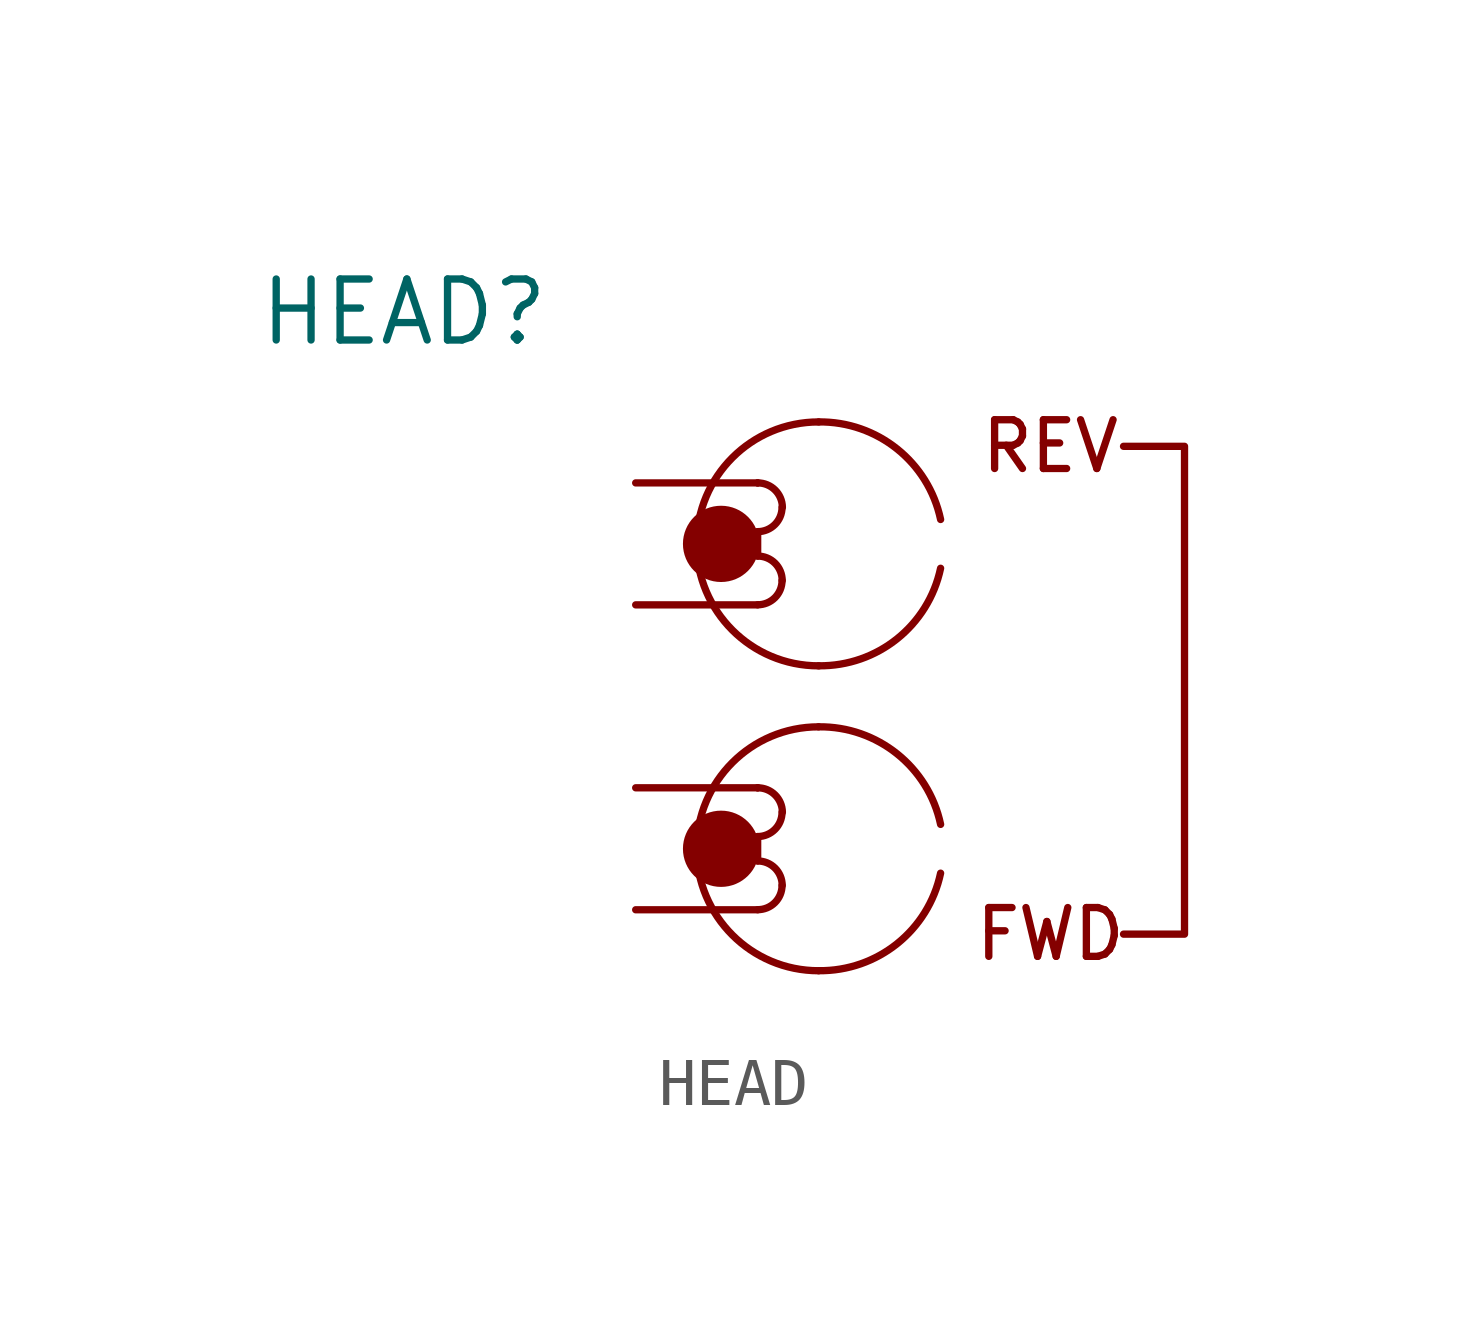
<source format=kicad_sym>
(kicad_symbol_lib
  (version 20241209)
  (generator "kicad_symbol_editor")
  (generator_version "9.0")
  (symbol "HEAD"
    (property "Reference" "HEAD"
      (at -8.636 8.636 0)
      (effects (font (size 1.27 1.27))))
    (property "Value" ""
      (at 0 0 0)
      (effects (font (size 1.27 1.27))))
    (symbol "HEAD_0_1"
      (arc (start -1.27 5.08) (mid -1.27 5.08) (end -1.27 5.08) (stroke (width 0) (type default)) (fill (type none)))
      (arc (start -1.27 5.08) (mid -0.9108 4.9312) (end -0.762 4.572) (stroke (width 0) (type default)) (fill (type none)))
      (arc (start -0.762 4.572) (mid -0.9108 4.2128) (end -1.27 4.064) (stroke (width 0) (type default)) (fill (type none)))
      (polyline (pts (xy -1.27 4.064) (xy -1.27 3.556)) (stroke (width 0) (type default)) (fill (type none)))
      (arc (start -1.27 3.556) (mid -0.9108 3.4072) (end -0.762 3.048) (stroke (width 0) (type default)) (fill (type none)))
      (arc (start -0.762 3.048) (mid -0.9108 2.6888) (end -1.27 2.54) (stroke (width 0) (type default)) (fill (type none)))
      (arc (start -1.27 -1.27) (mid -1.27 -1.27) (end -1.27 -1.27) (stroke (width 0) (type default)) (fill (type none)))
      (arc (start -1.27 -1.27) (mid -0.9108 -1.4188) (end -0.762 -1.778) (stroke (width 0) (type default)) (fill (type none)))
      (arc (start -0.762 -1.778) (mid -0.9108 -2.1372) (end -1.27 -2.286) (stroke (width 0) (type default)) (fill (type none)))
      (polyline (pts (xy -1.27 -2.286) (xy -1.27 -2.794)) (stroke (width 0) (type default)) (fill (type none)))
      (arc (start -1.27 -2.794) (mid -0.9108 -2.9428) (end -0.762 -3.302) (stroke (width 0) (type default)) (fill (type none)))
      (arc (start -0.762 -3.302) (mid -0.9108 -3.6612) (end -1.27 -3.81) (stroke (width 0) (type default)) (fill (type none)))
      (arc (start -2.54 3.81) (mid -1.7961 5.6061) (end 0 6.35) (stroke (width 0) (type default)) (fill (type none)))
      (arc (start 0 1.27) (mid -1.7961 2.0139) (end -2.54 3.81) (stroke (width 0) (type default)) (fill (type none)))
      (arc (start -2.54 -2.54) (mid -1.7961 -0.7439) (end 0 0) (stroke (width 0) (type default)) (fill (type none)))
      (arc (start 0 -5.08) (mid -1.7961 -4.3361) (end -2.54 -2.54) (stroke (width 0) (type default)) (fill (type none)))
      (arc (start 2.54 3.302) (mid 1.6333 1.8319) (end 0 1.27) (stroke (width 0) (type default)) (fill (type none)))
      (arc (start 2.54 -3.048) (mid 1.6333 -4.5181) (end 0 -5.08) (stroke (width 0) (type default)) (fill (type none)))
      (arc (start 0 6.35) (mid 1.6333 5.7881) (end 2.54 4.318) (stroke (width 0) (type default)) (fill (type none)))
      (arc (start 0 0) (mid 1.6333 -0.5619) (end 2.54 -2.032) (stroke (width 0) (type default)) (fill (type none))))
    (symbol "HEAD_1_1"
      (circle (center -2.032 3.81) (radius 0.718) (stroke (width 0) (type solid)) (fill (type outline)))
      (circle (center -2.032 -2.54) (radius 0.718) (stroke (width 0) (type solid)) (fill (type outline)))
      (polyline (pts (xy 6.35 5.842) (xy 7.62 5.842) (xy 7.62 -4.318) (xy 6.35 -4.318)) (stroke (width 0) (type default)) (fill (type none)))
      (text "REV" (at 4.826 5.842 0) (effects (font (size 1.016 1.016))))
      (text "FWD\n" (at 4.826 -4.318 0) (effects (font (size 1.016 1.016))))
      (pin output line (at -3.81 5.08 0) (length 2.54) (name "" (effects (font (size 1.27 1.27)))) (number "" (effects (font (size 1.27 1.27)))))
      (pin output line (at -3.81 2.54 0) (length 2.54) (name "" (effects (font (size 1.27 1.27)))) (number "" (effects (font (size 1.27 1.27)))))
      (pin output line (at -3.81 -1.27 0) (length 2.54) (name "" (effects (font (size 1.27 1.27)))) (number "" (effects (font (size 1.27 1.27)))))
      (pin output line (at -3.81 -3.81 0) (length 2.54) (name "" (effects (font (size 1.27 1.27)))) (number "" (effects (font (size 1.27 1.27))))))))
</source>
